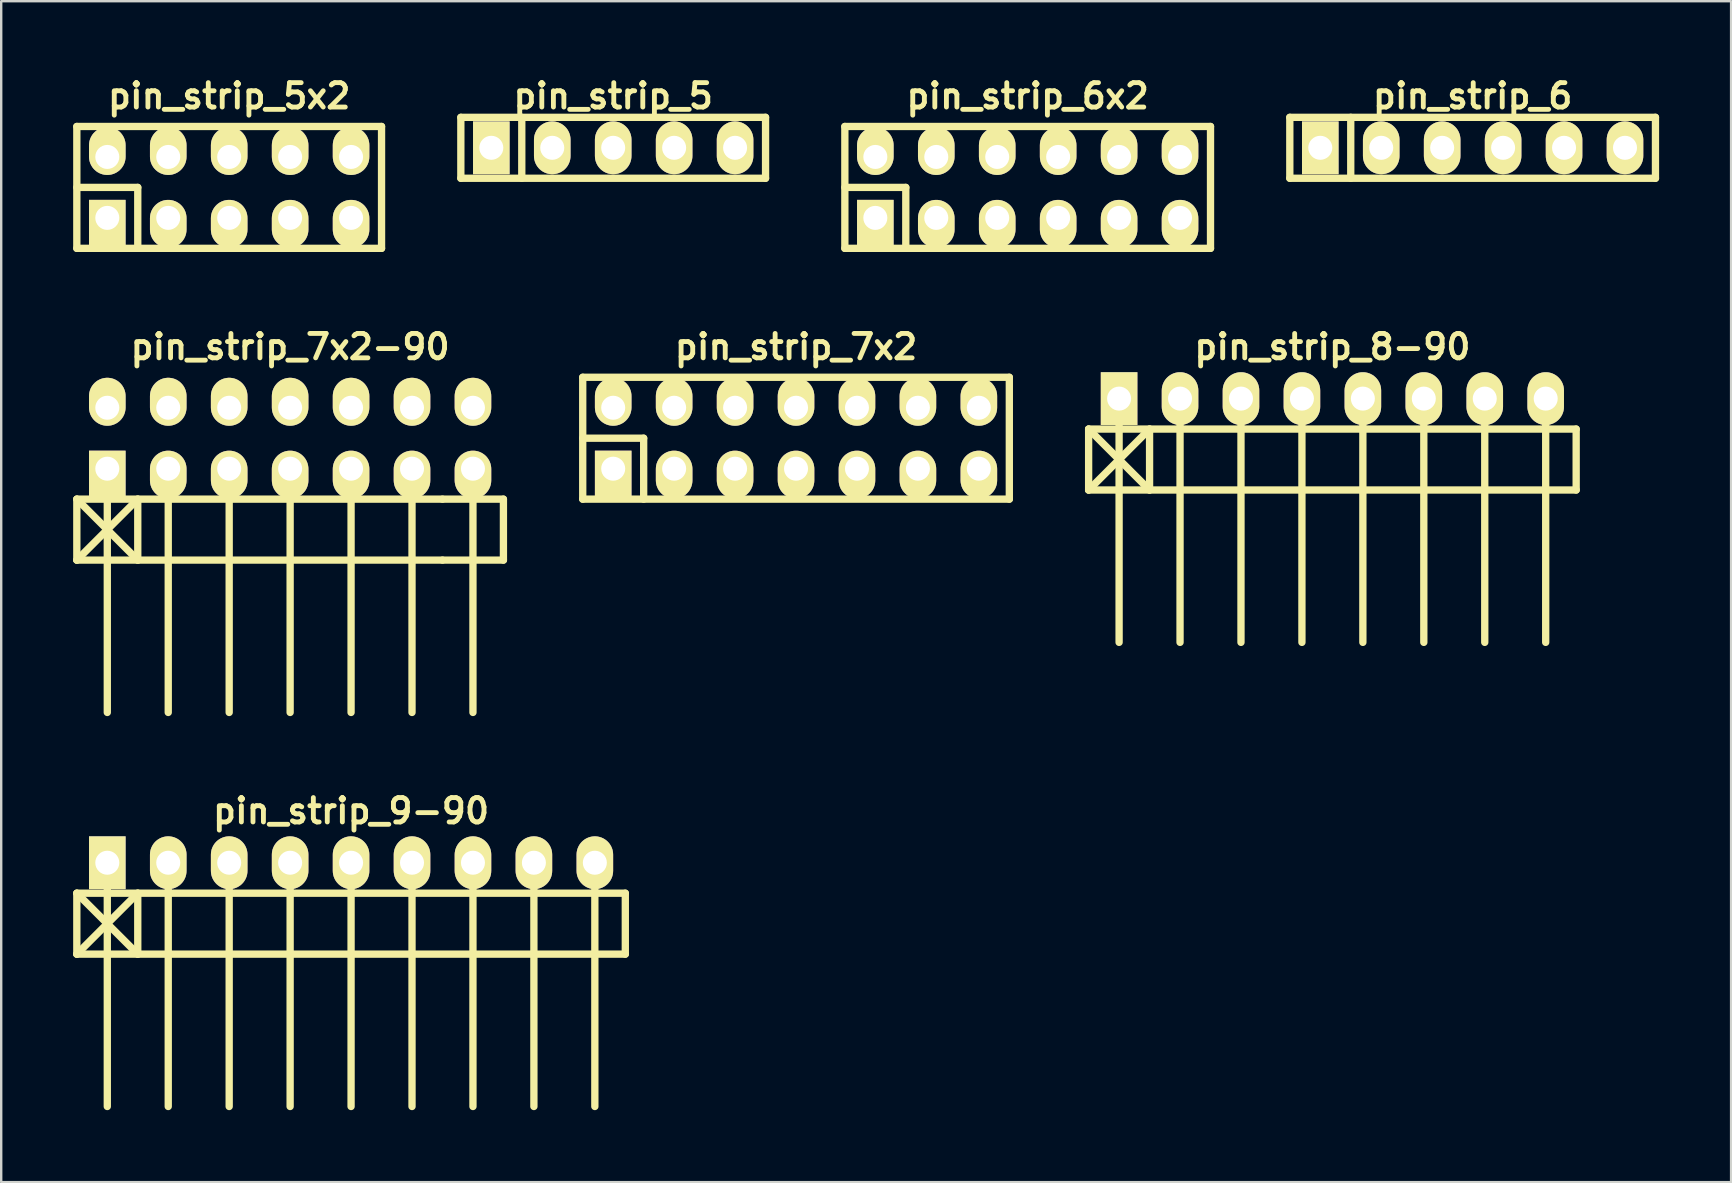
<source format=kicad_pcb>
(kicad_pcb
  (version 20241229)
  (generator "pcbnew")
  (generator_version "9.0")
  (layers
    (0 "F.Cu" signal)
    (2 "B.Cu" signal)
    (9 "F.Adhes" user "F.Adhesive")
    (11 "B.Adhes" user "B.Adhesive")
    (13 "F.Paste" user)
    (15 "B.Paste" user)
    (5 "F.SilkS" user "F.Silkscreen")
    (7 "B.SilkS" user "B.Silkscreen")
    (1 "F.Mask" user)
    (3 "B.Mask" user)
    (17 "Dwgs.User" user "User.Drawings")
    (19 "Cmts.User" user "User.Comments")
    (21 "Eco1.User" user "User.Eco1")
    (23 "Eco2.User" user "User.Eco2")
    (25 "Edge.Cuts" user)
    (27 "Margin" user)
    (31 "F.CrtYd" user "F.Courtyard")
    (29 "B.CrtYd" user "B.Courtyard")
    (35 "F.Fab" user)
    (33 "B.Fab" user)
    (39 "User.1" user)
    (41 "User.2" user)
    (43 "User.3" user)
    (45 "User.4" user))
  (footprint "pin_strip_6x2"
    (layer "F.Cu")
    (at 39.782 4.761)
    (property "Reference" "pin_strip_6x2" (at 0 -3.81 0) (layer "F.SilkS") (effects (font (size 1.016 1.016) (thickness 0.203))))
    (attr through_hole)
    (fp_line (start -7.62 -2.54) (end -7.62 2.54) (stroke (width 0.305) (type solid)) (layer "F.SilkS"))
    (fp_line (start -7.62 -2.54) (end 7.62 -2.54) (stroke (width 0.305) (type solid)) (layer "F.SilkS"))
    (fp_line (start -7.62 0) (end -5.08 0) (stroke (width 0.305) (type solid)) (layer "F.SilkS"))
    (fp_line (start -5.08 0) (end -5.08 2.54) (stroke (width 0.305) (type solid)) (layer "F.SilkS"))
    (fp_line (start 7.62 -2.54) (end 7.62 2.54) (stroke (width 0.305) (type solid)) (layer "F.SilkS"))
    (fp_line (start 7.62 2.54) (end -7.62 2.54) (stroke (width 0.305) (type solid)) (layer "F.SilkS"))
    (pad "1" thru_hole rect (at -6.35 1.27) (size 1.524 1.999) (drill 1.001 (offset 0 0.249)) (layers "*.Cu" "*.Mask" "F.SilkS"))
    (pad "2" thru_hole oval (at -6.35 -1.27) (size 1.524 1.999) (drill 1.001 (offset 0 -0.249)) (layers "*.Cu" "*.Mask" "F.SilkS"))
    (pad "3" thru_hole oval (at -3.81 1.27) (size 1.524 1.999) (drill 1.001 (offset 0 0.249)) (layers "*.Cu" "*.Mask" "F.SilkS"))
    (pad "4" thru_hole oval (at -3.81 -1.27) (size 1.524 1.999) (drill 1.001 (offset 0 -0.249)) (layers "*.Cu" "*.Mask" "F.SilkS"))
    (pad "5" thru_hole oval (at -1.27 1.27) (size 1.524 1.999) (drill 1.001 (offset 0 0.249)) (layers "*.Cu" "*.Mask" "F.SilkS"))
    (pad "6" thru_hole oval (at -1.27 -1.27) (size 1.524 1.999) (drill 1.001 (offset 0 -0.249)) (layers "*.Cu" "*.Mask" "F.SilkS"))
    (pad "7" thru_hole oval (at 1.27 1.27) (size 1.524 1.999) (drill 1.001 (offset 0 0.249)) (layers "*.Cu" "*.Mask" "F.SilkS"))
    (pad "8" thru_hole oval (at 1.27 -1.27) (size 1.524 1.999) (drill 1.001 (offset 0 -0.249)) (layers "*.Cu" "*.Mask" "F.SilkS"))
    (pad "9" thru_hole oval (at 3.81 1.27) (size 1.524 1.999) (drill 1.001 (offset 0 0.249)) (layers "*.Cu" "*.Mask" "F.SilkS"))
    (pad "10" thru_hole oval (at 3.81 -1.27) (size 1.524 1.999) (drill 1.001 (offset 0 -0.249)) (layers "*.Cu" "*.Mask" "F.SilkS"))
    (pad "11" thru_hole oval (at 6.35 1.27) (size 1.524 1.999) (drill 1.001 (offset 0 0.249)) (layers "*.Cu" "*.Mask" "F.SilkS"))
    (pad "12" thru_hole oval (at 6.35 -1.27) (size 1.524 1.999) (drill 1.001 (offset 0 -0.249)) (layers "*.Cu" "*.Mask" "F.SilkS")))
  (footprint "pin_strip_7x2"
    (layer "F.Cu")
    (at 30.127 15.214)
    (property "Reference" "pin_strip_7x2" (at 0 -3.81 0) (layer "F.SilkS") (effects (font (size 1.016 1.016) (thickness 0.203))))
    (attr through_hole)
    (fp_line (start -8.89 -2.54) (end -8.89 2.54) (stroke (width 0.305) (type solid)) (layer "F.SilkS"))
    (fp_line (start -8.89 -2.54) (end 8.89 -2.54) (stroke (width 0.305) (type solid)) (layer "F.SilkS"))
    (fp_line (start -8.89 0) (end -6.35 0) (stroke (width 0.305) (type solid)) (layer "F.SilkS"))
    (fp_line (start -6.35 0) (end -6.35 2.54) (stroke (width 0.305) (type solid)) (layer "F.SilkS"))
    (fp_line (start 8.89 -2.54) (end 8.89 2.54) (stroke (width 0.305) (type solid)) (layer "F.SilkS"))
    (fp_line (start 8.89 2.54) (end -8.89 2.54) (stroke (width 0.305) (type solid)) (layer "F.SilkS"))
    (pad "1" thru_hole rect (at -7.62 1.27) (size 1.524 1.999) (drill 1.001 (offset 0 0.249)) (layers "*.Cu" "*.Mask" "F.SilkS"))
    (pad "2" thru_hole oval (at -7.62 -1.27) (size 1.524 1.999) (drill 1.001 (offset 0 -0.249)) (layers "*.Cu" "*.Mask" "F.SilkS"))
    (pad "3" thru_hole oval (at -5.08 1.27) (size 1.524 1.999) (drill 1.001 (offset 0 0.249)) (layers "*.Cu" "*.Mask" "F.SilkS"))
    (pad "4" thru_hole oval (at -5.08 -1.27) (size 1.524 1.999) (drill 1.001 (offset 0 -0.249)) (layers "*.Cu" "*.Mask" "F.SilkS"))
    (pad "5" thru_hole oval (at -2.54 1.27) (size 1.524 1.999) (drill 1.001 (offset 0 0.249)) (layers "*.Cu" "*.Mask" "F.SilkS"))
    (pad "6" thru_hole oval (at -2.54 -1.27) (size 1.524 1.999) (drill 1.001 (offset 0 -0.249)) (layers "*.Cu" "*.Mask" "F.SilkS"))
    (pad "7" thru_hole oval (at 0 1.27) (size 1.524 1.999) (drill 1.001 (offset 0 0.249)) (layers "*.Cu" "*.Mask" "F.SilkS"))
    (pad "8" thru_hole oval (at 0 -1.27) (size 1.524 1.999) (drill 1.001 (offset 0 -0.249)) (layers "*.Cu" "*.Mask" "F.SilkS"))
    (pad "9" thru_hole oval (at 2.54 1.27) (size 1.524 1.999) (drill 1.001 (offset 0 0.249)) (layers "*.Cu" "*.Mask" "F.SilkS"))
    (pad "10" thru_hole oval (at 2.54 -1.27) (size 1.524 1.999) (drill 1.001 (offset 0 -0.249)) (layers "*.Cu" "*.Mask" "F.SilkS"))
    (pad "11" thru_hole oval (at 5.08 1.27) (size 1.524 1.999) (drill 1.001 (offset 0 0.249)) (layers "*.Cu" "*.Mask" "F.SilkS"))
    (pad "12" thru_hole oval (at 5.08 -1.27) (size 1.524 1.999) (drill 1.001 (offset 0 -0.249)) (layers "*.Cu" "*.Mask" "F.SilkS"))
    (pad "13" thru_hole oval (at 7.62 1.27) (size 1.524 1.999) (drill 1.001 (offset 0 0.249)) (layers "*.Cu" "*.Mask" "F.SilkS"))
    (pad "14" thru_hole oval (at 7.62 -1.27) (size 1.524 1.999) (drill 1.001 (offset 0 -0.249)) (layers "*.Cu" "*.Mask" "F.SilkS")))
  (footprint "pin_strip_5"
    (layer "F.Cu")
    (at 22.507 3.11)
    (property "Reference" "pin_strip_5" (at 0 -2.159 0) (layer "F.SilkS") (effects (font (size 1.016 1.016) (thickness 0.203))))
    (attr through_hole)
    (fp_line (start -6.35 -1.27) (end 6.35 -1.27) (stroke (width 0.305) (type solid)) (layer "F.SilkS"))
    (fp_line (start -6.35 1.27) (end -6.35 -1.27) (stroke (width 0.305) (type solid)) (layer "F.SilkS"))
    (fp_line (start -3.81 -1.27) (end -3.81 1.27) (stroke (width 0.305) (type solid)) (layer "F.SilkS"))
    (fp_line (start 6.35 -1.27) (end 6.35 1.27) (stroke (width 0.305) (type solid)) (layer "F.SilkS"))
    (fp_line (start 6.35 1.27) (end -6.35 1.27) (stroke (width 0.305) (type solid)) (layer "F.SilkS"))
    (pad "1" thru_hole rect (at -5.08 0) (size 1.524 2.2) (drill 1.001) (layers "*.Cu" "*.Mask" "F.SilkS"))
    (pad "2" thru_hole oval (at -2.54 0) (size 1.524 2.2) (drill 1.001) (layers "*.Cu" "*.Mask" "F.SilkS"))
    (pad "3" thru_hole oval (at 0 0) (size 1.524 2.2) (drill 1.001) (layers "*.Cu" "*.Mask" "F.SilkS"))
    (pad "4" thru_hole oval (at 2.54 0) (size 1.524 2.2) (drill 1.001) (layers "*.Cu" "*.Mask" "F.SilkS"))
    (pad "5" thru_hole oval (at 5.08 0) (size 1.524 2.2) (drill 1.001) (layers "*.Cu" "*.Mask" "F.SilkS")))
  (footprint "pin_strip_5x2"
    (layer "F.Cu")
    (at 6.502 4.761)
    (property "Reference" "pin_strip_5x2" (at 0 -3.81 0) (layer "F.SilkS") (effects (font (size 1.016 1.016) (thickness 0.203))))
    (attr through_hole)
    (fp_line (start -6.35 -2.54) (end -6.35 2.54) (stroke (width 0.305) (type solid)) (layer "F.SilkS"))
    (fp_line (start -6.35 -2.54) (end 6.35 -2.54) (stroke (width 0.305) (type solid)) (layer "F.SilkS"))
    (fp_line (start -6.35 0) (end -3.81 0) (stroke (width 0.305) (type solid)) (layer "F.SilkS"))
    (fp_line (start -3.81 0) (end -3.81 2.54) (stroke (width 0.305) (type solid)) (layer "F.SilkS"))
    (fp_line (start 6.35 -2.54) (end 6.35 2.54) (stroke (width 0.305) (type solid)) (layer "F.SilkS"))
    (fp_line (start 6.35 2.54) (end -6.35 2.54) (stroke (width 0.305) (type solid)) (layer "F.SilkS"))
    (pad "1" thru_hole rect (at -5.08 1.27) (size 1.524 1.999) (drill 1.001 (offset 0 0.249)) (layers "*.Cu" "*.Mask" "F.SilkS"))
    (pad "2" thru_hole oval (at -5.08 -1.27) (size 1.524 1.999) (drill 1.001 (offset 0 -0.249)) (layers "*.Cu" "*.Mask" "F.SilkS"))
    (pad "3" thru_hole oval (at -2.54 1.27) (size 1.524 1.999) (drill 1.001 (offset 0 0.249)) (layers "*.Cu" "*.Mask" "F.SilkS"))
    (pad "4" thru_hole oval (at -2.54 -1.27) (size 1.524 1.999) (drill 1.001 (offset 0 -0.249)) (layers "*.Cu" "*.Mask" "F.SilkS"))
    (pad "5" thru_hole oval (at 0 1.27) (size 1.524 1.999) (drill 1.001 (offset 0 0.249)) (layers "*.Cu" "*.Mask" "F.SilkS"))
    (pad "6" thru_hole oval (at 0 -1.27) (size 1.524 1.999) (drill 1.001 (offset 0 -0.249)) (layers "*.Cu" "*.Mask" "F.SilkS"))
    (pad "7" thru_hole oval (at 2.54 1.27) (size 1.524 1.999) (drill 1.001 (offset 0 0.249)) (layers "*.Cu" "*.Mask" "F.SilkS"))
    (pad "8" thru_hole oval (at 2.54 -1.27) (size 1.524 1.999) (drill 1.001 (offset 0 -0.249)) (layers "*.Cu" "*.Mask" "F.SilkS"))
    (pad "9" thru_hole oval (at 5.08 1.27) (size 1.524 1.999) (drill 1.001 (offset 0 0.249)) (layers "*.Cu" "*.Mask" "F.SilkS"))
    (pad "10" thru_hole oval (at 5.08 -1.27) (size 1.524 1.999) (drill 1.001 (offset 0 -0.249)) (layers "*.Cu" "*.Mask" "F.SilkS")))
  (footprint "pin_strip_8-90"
    (layer "F.Cu")
    (at 52.482 13.563)
    (property "Reference" "pin_strip_8-90" (at 0 -2.159 0) (layer "F.SilkS") (effects (font (size 1.016 1.016) (thickness 0.203))))
    (attr through_hole)
    (fp_line (start -10.16 1.27) (end -7.62 3.81) (stroke (width 0.305) (type solid)) (layer "F.SilkS"))
    (fp_line (start -10.16 1.27) (end 10.16 1.27) (stroke (width 0.305) (type solid)) (layer "F.SilkS"))
    (fp_line (start -10.16 3.81) (end -10.16 1.27) (stroke (width 0.305) (type solid)) (layer "F.SilkS"))
    (fp_line (start -8.89 0) (end -8.89 10.16) (stroke (width 0.305) (type solid)) (layer "F.SilkS"))
    (fp_line (start -7.62 1.27) (end -10.16 3.81) (stroke (width 0.305) (type solid)) (layer "F.SilkS"))
    (fp_line (start -7.62 1.27) (end -7.62 3.81) (stroke (width 0.305) (type solid)) (layer "F.SilkS"))
    (fp_line (start -6.35 0) (end -6.35 10.16) (stroke (width 0.305) (type solid)) (layer "F.SilkS"))
    (fp_line (start -3.81 10.16) (end -3.81 0) (stroke (width 0.305) (type solid)) (layer "F.SilkS"))
    (fp_line (start -1.27 0) (end -1.27 10.16) (stroke (width 0.305) (type solid)) (layer "F.SilkS"))
    (fp_line (start 1.27 0) (end 1.27 10.16) (stroke (width 0.305) (type solid)) (layer "F.SilkS"))
    (fp_line (start 3.81 0) (end 3.81 10.16) (stroke (width 0.305) (type solid)) (layer "F.SilkS"))
    (fp_line (start 6.35 0) (end 6.35 10.16) (stroke (width 0.305) (type solid)) (layer "F.SilkS"))
    (fp_line (start 8.89 0) (end 8.89 10.16) (stroke (width 0.305) (type solid)) (layer "F.SilkS"))
    (fp_line (start 10.16 1.27) (end 10.16 3.81) (stroke (width 0.305) (type solid)) (layer "F.SilkS"))
    (fp_line (start 10.16 3.81) (end -10.16 3.81) (stroke (width 0.305) (type solid)) (layer "F.SilkS"))
    (pad "1" thru_hole rect (at -8.89 0) (size 1.524 2.2) (drill 1.001) (layers "*.Cu" "*.Mask" "F.SilkS"))
    (pad "2" thru_hole oval (at -6.35 0) (size 1.524 2.2) (drill 1.001) (layers "*.Cu" "*.Mask" "F.SilkS"))
    (pad "3" thru_hole oval (at -3.81 0) (size 1.524 2.2) (drill 1.001) (layers "*.Cu" "*.Mask" "F.SilkS"))
    (pad "4" thru_hole oval (at -1.27 0) (size 1.524 2.2) (drill 1.001) (layers "*.Cu" "*.Mask" "F.SilkS"))
    (pad "5" thru_hole oval (at 1.27 0) (size 1.524 2.2) (drill 1.001) (layers "*.Cu" "*.Mask" "F.SilkS"))
    (pad "6" thru_hole oval (at 3.81 0) (size 1.524 2.2) (drill 1.001) (layers "*.Cu" "*.Mask" "F.SilkS"))
    (pad "7" thru_hole oval (at 6.35 0) (size 1.524 2.2) (drill 1.001) (layers "*.Cu" "*.Mask" "F.SilkS"))
    (pad "8" thru_hole oval (at 8.89 0) (size 1.524 2.2) (drill 1.001) (layers "*.Cu" "*.Mask" "F.SilkS")))
  (footprint "pin_strip_6"
    (layer "F.Cu")
    (at 58.327 3.11)
    (property "Reference" "pin_strip_6" (at 0 -2.159 0) (layer "F.SilkS") (effects (font (size 1.016 1.016) (thickness 0.203))))
    (attr through_hole)
    (fp_line (start -7.62 -1.27) (end 7.62 -1.27) (stroke (width 0.305) (type solid)) (layer "F.SilkS"))
    (fp_line (start -7.62 1.27) (end -7.62 -1.27) (stroke (width 0.305) (type solid)) (layer "F.SilkS"))
    (fp_line (start -5.08 -1.27) (end -5.08 1.27) (stroke (width 0.305) (type solid)) (layer "F.SilkS"))
    (fp_line (start 7.62 -1.27) (end 7.62 1.27) (stroke (width 0.305) (type solid)) (layer "F.SilkS"))
    (fp_line (start 7.62 1.27) (end -7.62 1.27) (stroke (width 0.305) (type solid)) (layer "F.SilkS"))
    (pad "1" thru_hole rect (at -6.35 0) (size 1.524 2.2) (drill 1.001) (layers "*.Cu" "*.Mask" "F.SilkS"))
    (pad "2" thru_hole oval (at -3.81 0) (size 1.524 2.2) (drill 1.001) (layers "*.Cu" "*.Mask" "F.SilkS"))
    (pad "3" thru_hole oval (at -1.27 0) (size 1.524 2.2) (drill 1.001) (layers "*.Cu" "*.Mask" "F.SilkS"))
    (pad "4" thru_hole oval (at 1.27 0) (size 1.524 2.2) (drill 1.001) (layers "*.Cu" "*.Mask" "F.SilkS"))
    (pad "5" thru_hole oval (at 3.81 0) (size 1.524 2.2) (drill 1.001) (layers "*.Cu" "*.Mask" "F.SilkS"))
    (pad "6" thru_hole oval (at 6.35 0) (size 1.524 2.2) (drill 1.001) (layers "*.Cu" "*.Mask" "F.SilkS")))
  (footprint "pin_strip_9-90"
    (layer "F.Cu")
    (at 11.582 32.907)
    (property "Reference" "pin_strip_9-90" (at 0 -2.159 0) (layer "F.SilkS") (effects (font (size 1.016 1.016) (thickness 0.203))))
    (attr through_hole)
    (fp_line (start -11.43 1.27) (end -8.89 3.81) (stroke (width 0.305) (type solid)) (layer "F.SilkS"))
    (fp_line (start -11.43 1.27) (end 11.43 1.27) (stroke (width 0.305) (type solid)) (layer "F.SilkS"))
    (fp_line (start -11.43 3.81) (end -11.43 1.27) (stroke (width 0.305) (type solid)) (layer "F.SilkS"))
    (fp_line (start -10.16 0) (end -10.16 10.16) (stroke (width 0.305) (type solid)) (layer "F.SilkS"))
    (fp_line (start -8.89 1.27) (end -11.43 3.81) (stroke (width 0.305) (type solid)) (layer "F.SilkS"))
    (fp_line (start -8.89 1.27) (end -8.89 3.81) (stroke (width 0.305) (type solid)) (layer "F.SilkS"))
    (fp_line (start -7.62 0) (end -7.62 10.16) (stroke (width 0.305) (type solid)) (layer "F.SilkS"))
    (fp_line (start -5.08 10.16) (end -5.08 0) (stroke (width 0.305) (type solid)) (layer "F.SilkS"))
    (fp_line (start -2.54 0) (end -2.54 10.16) (stroke (width 0.305) (type solid)) (layer "F.SilkS"))
    (fp_line (start 0 0) (end 0 10.16) (stroke (width 0.305) (type solid)) (layer "F.SilkS"))
    (fp_line (start 2.54 0) (end 2.54 10.16) (stroke (width 0.305) (type solid)) (layer "F.SilkS"))
    (fp_line (start 5.08 0) (end 5.08 10.16) (stroke (width 0.305) (type solid)) (layer "F.SilkS"))
    (fp_line (start 7.62 0) (end 7.62 10.16) (stroke (width 0.305) (type solid)) (layer "F.SilkS"))
    (fp_line (start 10.16 0) (end 10.16 10.16) (stroke (width 0.305) (type solid)) (layer "F.SilkS"))
    (fp_line (start 11.43 1.27) (end 11.43 3.81) (stroke (width 0.305) (type solid)) (layer "F.SilkS"))
    (fp_line (start 11.43 3.81) (end -11.43 3.81) (stroke (width 0.305) (type solid)) (layer "F.SilkS"))
    (pad "1" thru_hole rect (at -10.16 0) (size 1.524 2.2) (drill 1.001) (layers "*.Cu" "*.Mask" "F.SilkS"))
    (pad "2" thru_hole oval (at -7.62 0) (size 1.524 2.2) (drill 1.001) (layers "*.Cu" "*.Mask" "F.SilkS"))
    (pad "3" thru_hole oval (at -5.08 0) (size 1.524 2.2) (drill 1.001) (layers "*.Cu" "*.Mask" "F.SilkS"))
    (pad "4" thru_hole oval (at -2.54 0) (size 1.524 2.2) (drill 1.001) (layers "*.Cu" "*.Mask" "F.SilkS"))
    (pad "5" thru_hole oval (at 0 0) (size 1.524 2.2) (drill 1.001) (layers "*.Cu" "*.Mask" "F.SilkS"))
    (pad "6" thru_hole oval (at 2.54 0) (size 1.524 2.2) (drill 1.001) (layers "*.Cu" "*.Mask" "F.SilkS"))
    (pad "7" thru_hole oval (at 5.08 0) (size 1.524 2.2) (drill 1.001) (layers "*.Cu" "*.Mask" "F.SilkS"))
    (pad "8" thru_hole oval (at 7.62 0) (size 1.524 2.2) (drill 1.001) (layers "*.Cu" "*.Mask" "F.SilkS"))
    (pad "9" thru_hole oval (at 10.16 0) (size 1.524 2.2) (drill 1.001) (layers "*.Cu" "*.Mask" "F.SilkS")))
  (footprint "pin_strip_7x2-90"
    (layer "F.Cu")
    (at 9.042 15.214)
    (property "Reference" "pin_strip_7x2-90" (at 0 -3.81 0) (layer "F.SilkS") (effects (font (size 1.016 1.016) (thickness 0.203))))
    (attr through_hole)
    (fp_line (start -8.89 2.54) (end -6.35 5.08) (stroke (width 0.305) (type solid)) (layer "F.SilkS"))
    (fp_line (start -8.89 2.54) (end 6.35 2.54) (stroke (width 0.305) (type solid)) (layer "F.SilkS"))
    (fp_line (start -8.89 5.08) (end -8.89 2.54) (stroke (width 0.305) (type solid)) (layer "F.SilkS"))
    (fp_line (start -7.62 1.27) (end -7.62 11.43) (stroke (width 0.305) (type solid)) (layer "F.SilkS"))
    (fp_line (start -6.35 2.54) (end -8.89 5.08) (stroke (width 0.305) (type solid)) (layer "F.SilkS"))
    (fp_line (start -6.35 5.08) (end -6.35 2.54) (stroke (width 0.305) (type solid)) (layer "F.SilkS"))
    (fp_line (start -5.08 1.27) (end -5.08 11.43) (stroke (width 0.305) (type solid)) (layer "F.SilkS"))
    (fp_line (start -2.54 11.43) (end -2.54 1.27) (stroke (width 0.305) (type solid)) (layer "F.SilkS"))
    (fp_line (start 0 1.27) (end 0 11.43) (stroke (width 0.305) (type solid)) (layer "F.SilkS"))
    (fp_line (start 2.54 1.27) (end 2.54 11.43) (stroke (width 0.305) (type solid)) (layer "F.SilkS"))
    (fp_line (start 5.08 1.27) (end 5.08 11.43) (stroke (width 0.305) (type solid)) (layer "F.SilkS"))
    (fp_line (start 6.35 2.54) (end 8.89 2.54) (stroke (width 0.305) (type solid)) (layer "F.SilkS"))
    (fp_line (start 6.35 5.08) (end -8.89 5.08) (stroke (width 0.305) (type solid)) (layer "F.SilkS"))
    (fp_line (start 7.62 1.27) (end 7.62 11.43) (stroke (width 0.305) (type solid)) (layer "F.SilkS"))
    (fp_line (start 8.89 2.54) (end 8.89 5.08) (stroke (width 0.305) (type solid)) (layer "F.SilkS"))
    (fp_line (start 8.89 5.08) (end 6.35 5.08) (stroke (width 0.305) (type solid)) (layer "F.SilkS"))
    (pad "1" thru_hole rect (at -7.62 1.27) (size 1.524 1.999) (drill 1.001 (offset 0 0.249)) (layers "*.Cu" "*.Mask" "F.SilkS"))
    (pad "2" thru_hole oval (at -7.62 -1.27) (size 1.524 1.999) (drill 1.001 (offset 0 -0.249)) (layers "*.Cu" "*.Mask" "F.SilkS"))
    (pad "3" thru_hole oval (at -5.08 1.27) (size 1.524 1.999) (drill 1.001 (offset 0 0.249)) (layers "*.Cu" "*.Mask" "F.SilkS"))
    (pad "4" thru_hole oval (at -5.08 -1.27) (size 1.524 1.999) (drill 1.001 (offset 0 -0.249)) (layers "*.Cu" "*.Mask" "F.SilkS"))
    (pad "5" thru_hole oval (at -2.54 1.27) (size 1.524 1.999) (drill 1.001 (offset 0 0.249)) (layers "*.Cu" "*.Mask" "F.SilkS"))
    (pad "6" thru_hole oval (at -2.54 -1.27) (size 1.524 1.999) (drill 1.001 (offset 0 -0.249)) (layers "*.Cu" "*.Mask" "F.SilkS"))
    (pad "7" thru_hole oval (at 0 1.27) (size 1.524 1.999) (drill 1.001 (offset 0 0.249)) (layers "*.Cu" "*.Mask" "F.SilkS"))
    (pad "8" thru_hole oval (at 0 -1.27) (size 1.524 1.999) (drill 1.001 (offset 0 -0.249)) (layers "*.Cu" "*.Mask" "F.SilkS"))
    (pad "9" thru_hole oval (at 2.54 1.27) (size 1.524 1.999) (drill 1.001 (offset 0 0.249)) (layers "*.Cu" "*.Mask" "F.SilkS"))
    (pad "10" thru_hole oval (at 2.54 -1.27) (size 1.524 1.999) (drill 1.001 (offset 0 -0.249)) (layers "*.Cu" "*.Mask" "F.SilkS"))
    (pad "11" thru_hole oval (at 5.08 1.27) (size 1.524 1.999) (drill 1.001 (offset 0 0.249)) (layers "*.Cu" "*.Mask" "F.SilkS"))
    (pad "12" thru_hole oval (at 5.08 -1.27) (size 1.524 1.999) (drill 1.001 (offset 0 -0.249)) (layers "*.Cu" "*.Mask" "F.SilkS"))
    (pad "13" thru_hole oval (at 7.62 1.27) (size 1.524 1.999) (drill 1.001 (offset 0 0.249)) (layers "*.Cu" "*.Mask" "F.SilkS"))
    (pad "14" thru_hole oval (at 7.62 -1.27) (size 1.524 1.999) (drill 1.001 (offset 0 -0.249)) (layers "*.Cu" "*.Mask" "F.SilkS")))
  (gr_rect
    (start -3 -3)
    (end 69.099 46.219)
    (stroke (width 0.1) (type default))
    (fill no)
    (layer "Edge.Cuts")))
</source>
